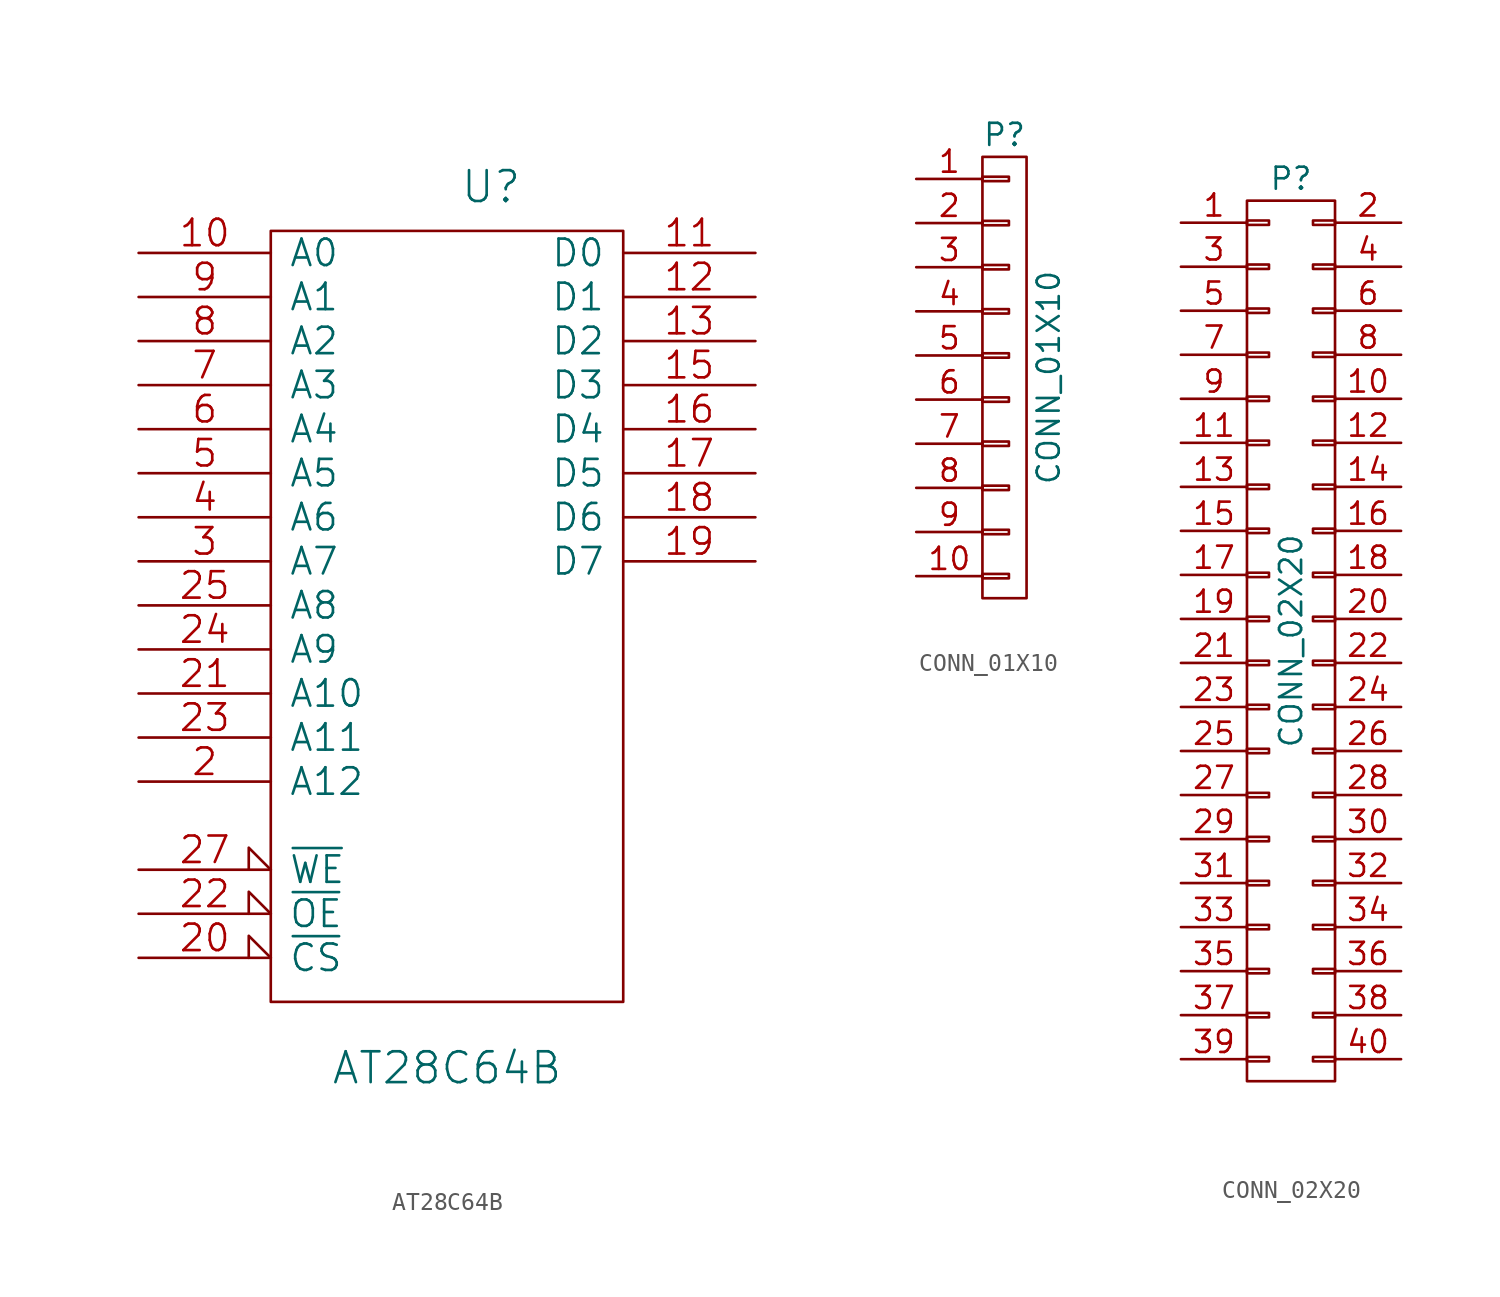
<source format=kicad_sym>
(kicad_symbol_lib
  (version 20241209)
  (generator "kicad_symbol_editor")
  (generator_version "9.0")
  (symbol "AT28C64B"
    (pin_names
      (offset 1.016))
    (property "Reference" "U"
      (at 2.54 26.67 0)
      (effects (font (size 1.778 1.778))))
    (property "Value" "AT28C64B"
      (at 0 -24.13 0)
      (effects (font (size 1.778 1.778))))
    (property "Footprint" ""
      (at 0 0 0)
      (effects (font (size 1.524 1.524))))
    (property "Datasheet" ""
      (at 0 0 0)
      (effects (font (size 1.524 1.524))))
    (symbol "AT28C64B_0_0"
      (pin power_in line (at 0 24.13 270) (length 0) (hide yes) (name "VCC" (effects (font (size 1.524 1.524)))) (number "28" (effects (font (size 1.524 1.524)))))
      (pin power_in line (at 0 -20.32 90) (length 0) (hide yes) (name "GND" (effects (font (size 1.524 1.524)))) (number "14" (effects (font (size 1.524 1.524))))))
    (symbol "AT28C64B_0_1"
      (rectangle (start -10.16 24.13) (end 10.16 -20.32) (stroke (width 0) (type solid)) (fill (type none))))
    (symbol "AT28C64B_1_1"
      (pin input line (at -17.78 22.86 0) (length 7.62) (name "A0" (effects (font (size 1.524 1.524)))) (number "10" (effects (font (size 1.524 1.524)))))
      (pin input line (at -17.78 20.32 0) (length 7.62) (name "A1" (effects (font (size 1.524 1.524)))) (number "9" (effects (font (size 1.524 1.524)))))
      (pin input line (at -17.78 17.78 0) (length 7.62) (name "A2" (effects (font (size 1.524 1.524)))) (number "8" (effects (font (size 1.524 1.524)))))
      (pin input line (at -17.78 15.24 0) (length 7.62) (name "A3" (effects (font (size 1.524 1.524)))) (number "7" (effects (font (size 1.524 1.524)))))
      (pin input line (at -17.78 12.7 0) (length 7.62) (name "A4" (effects (font (size 1.524 1.524)))) (number "6" (effects (font (size 1.524 1.524)))))
      (pin input line (at -17.78 10.16 0) (length 7.62) (name "A5" (effects (font (size 1.524 1.524)))) (number "5" (effects (font (size 1.524 1.524)))))
      (pin input line (at -17.78 7.62 0) (length 7.62) (name "A6" (effects (font (size 1.524 1.524)))) (number "4" (effects (font (size 1.524 1.524)))))
      (pin input line (at -17.78 5.08 0) (length 7.62) (name "A7" (effects (font (size 1.524 1.524)))) (number "3" (effects (font (size 1.524 1.524)))))
      (pin input line (at -17.78 2.54 0) (length 7.62) (name "A8" (effects (font (size 1.524 1.524)))) (number "25" (effects (font (size 1.524 1.524)))))
      (pin input line (at -17.78 0 0) (length 7.62) (name "A9" (effects (font (size 1.524 1.524)))) (number "24" (effects (font (size 1.524 1.524)))))
      (pin input line (at -17.78 -2.54 0) (length 7.62) (name "A10" (effects (font (size 1.524 1.524)))) (number "21" (effects (font (size 1.524 1.524)))))
      (pin input line (at -17.78 -5.08 0) (length 7.62) (name "A11" (effects (font (size 1.524 1.524)))) (number "23" (effects (font (size 1.524 1.524)))))
      (pin input line (at -17.78 -7.62 0) (length 7.62) (name "A12" (effects (font (size 1.524 1.524)))) (number "2" (effects (font (size 1.524 1.524)))))
      (pin input input_low (at -17.78 -12.7 0) (length 7.62) (name "~{WE}" (effects (font (size 1.524 1.524)))) (number "27" (effects (font (size 1.524 1.524)))))
      (pin input input_low (at -17.78 -15.24 0) (length 7.62) (name "~{OE}" (effects (font (size 1.524 1.524)))) (number "22" (effects (font (size 1.524 1.524)))))
      (pin input input_low (at -17.78 -17.78 0) (length 7.62) (name "~{CS}" (effects (font (size 1.524 1.524)))) (number "20" (effects (font (size 1.524 1.524)))))
      (pin tri_state line (at 17.78 22.86 180) (length 7.62) (name "D0" (effects (font (size 1.524 1.524)))) (number "11" (effects (font (size 1.524 1.524)))))
      (pin tri_state line (at 17.78 20.32 180) (length 7.62) (name "D1" (effects (font (size 1.524 1.524)))) (number "12" (effects (font (size 1.524 1.524)))))
      (pin tri_state line (at 17.78 17.78 180) (length 7.62) (name "D2" (effects (font (size 1.524 1.524)))) (number "13" (effects (font (size 1.524 1.524)))))
      (pin tri_state line (at 17.78 15.24 180) (length 7.62) (name "D3" (effects (font (size 1.524 1.524)))) (number "15" (effects (font (size 1.524 1.524)))))
      (pin tri_state line (at 17.78 12.7 180) (length 7.62) (name "D4" (effects (font (size 1.524 1.524)))) (number "16" (effects (font (size 1.524 1.524)))))
      (pin tri_state line (at 17.78 10.16 180) (length 7.62) (name "D5" (effects (font (size 1.524 1.524)))) (number "17" (effects (font (size 1.524 1.524)))))
      (pin tri_state line (at 17.78 7.62 180) (length 7.62) (name "D6" (effects (font (size 1.524 1.524)))) (number "18" (effects (font (size 1.524 1.524)))))
      (pin tri_state line (at 17.78 5.08 180) (length 7.62) (name "D7" (effects (font (size 1.524 1.524)))) (number "19" (effects (font (size 1.524 1.524)))))))
  (symbol "CONN_01X10"
    (pin_names
      (offset 1.016)
      (hide yes))
    (property "Reference" "P"
      (at 0 13.97 0)
      (effects (font (size 1.27 1.27))))
    (property "Value" "CONN_01X10"
      (at 2.54 0 90)
      (effects (font (size 1.27 1.27))))
    (property "Footprint" ""
      (at 0 0 0)
      (effects (font (size 1.27 1.27))))
    (property "Datasheet" ""
      (at 0 0 0)
      (effects (font (size 1.27 1.27))))
    (symbol "CONN_01X10_0_1"
      (rectangle (start -1.27 12.7) (end 1.27 -12.7) (stroke (width 0) (type solid)) (fill (type none)))
      (rectangle (start -1.27 11.557) (end 0.254 11.303) (stroke (width 0) (type solid)) (fill (type none)))
      (rectangle (start -1.27 9.017) (end 0.254 8.763) (stroke (width 0) (type solid)) (fill (type none)))
      (rectangle (start -1.27 6.477) (end 0.254 6.223) (stroke (width 0) (type solid)) (fill (type none)))
      (rectangle (start -1.27 3.937) (end 0.254 3.683) (stroke (width 0) (type solid)) (fill (type none)))
      (rectangle (start -1.27 1.397) (end 0.254 1.143) (stroke (width 0) (type solid)) (fill (type none)))
      (rectangle (start -1.27 -1.143) (end 0.254 -1.397) (stroke (width 0) (type solid)) (fill (type none)))
      (rectangle (start -1.27 -3.683) (end 0.254 -3.937) (stroke (width 0) (type solid)) (fill (type none)))
      (rectangle (start -1.27 -6.223) (end 0.254 -6.477) (stroke (width 0) (type solid)) (fill (type none)))
      (rectangle (start -1.27 -8.763) (end 0.254 -9.017) (stroke (width 0) (type solid)) (fill (type none)))
      (rectangle (start -1.27 -11.303) (end 0.254 -11.557) (stroke (width 0) (type solid)) (fill (type none))))
    (symbol "CONN_01X10_1_1"
      (pin passive line (at -5.08 11.43 0) (length 3.81) (name "P1" (effects (font (size 1.27 1.27)))) (number "1" (effects (font (size 1.27 1.27)))))
      (pin passive line (at -5.08 8.89 0) (length 3.81) (name "P2" (effects (font (size 1.27 1.27)))) (number "2" (effects (font (size 1.27 1.27)))))
      (pin passive line (at -5.08 6.35 0) (length 3.81) (name "P3" (effects (font (size 1.27 1.27)))) (number "3" (effects (font (size 1.27 1.27)))))
      (pin passive line (at -5.08 3.81 0) (length 3.81) (name "P4" (effects (font (size 1.27 1.27)))) (number "4" (effects (font (size 1.27 1.27)))))
      (pin passive line (at -5.08 1.27 0) (length 3.81) (name "P5" (effects (font (size 1.27 1.27)))) (number "5" (effects (font (size 1.27 1.27)))))
      (pin passive line (at -5.08 -1.27 0) (length 3.81) (name "P6" (effects (font (size 1.27 1.27)))) (number "6" (effects (font (size 1.27 1.27)))))
      (pin passive line (at -5.08 -3.81 0) (length 3.81) (name "P7" (effects (font (size 1.27 1.27)))) (number "7" (effects (font (size 1.27 1.27)))))
      (pin passive line (at -5.08 -6.35 0) (length 3.81) (name "P8" (effects (font (size 1.27 1.27)))) (number "8" (effects (font (size 1.27 1.27)))))
      (pin passive line (at -5.08 -8.89 0) (length 3.81) (name "P9" (effects (font (size 1.27 1.27)))) (number "9" (effects (font (size 1.27 1.27)))))
      (pin passive line (at -5.08 -11.43 0) (length 3.81) (name "P10" (effects (font (size 1.27 1.27)))) (number "10" (effects (font (size 1.27 1.27)))))))
  (symbol "CONN_02X20"
    (pin_names
      (offset 0.025)
      (hide yes))
    (property "Reference" "P"
      (at 0 26.67 0)
      (effects (font (size 1.27 1.27))))
    (property "Value" "CONN_02X20"
      (at 0 0 90)
      (effects (font (size 1.27 1.27))))
    (property "Footprint" ""
      (at 0 -24.13 0)
      (effects (font (size 1.27 1.27))))
    (property "Datasheet" ""
      (at 0 -24.13 0)
      (effects (font (size 1.27 1.27))))
    (symbol "CONN_02X20_0_1"
      (rectangle (start -2.54 25.4) (end 2.54 -25.4) (stroke (width 0) (type solid)) (fill (type none)))
      (rectangle (start -2.54 24.257) (end -1.27 24.003) (stroke (width 0) (type solid)) (fill (type none)))
      (rectangle (start -2.54 21.717) (end -1.27 21.463) (stroke (width 0) (type solid)) (fill (type none)))
      (rectangle (start -2.54 19.177) (end -1.27 18.923) (stroke (width 0) (type solid)) (fill (type none)))
      (rectangle (start -2.54 16.637) (end -1.27 16.383) (stroke (width 0) (type solid)) (fill (type none)))
      (rectangle (start -2.54 14.097) (end -1.27 13.843) (stroke (width 0) (type solid)) (fill (type none)))
      (rectangle (start -2.54 11.557) (end -1.27 11.303) (stroke (width 0) (type solid)) (fill (type none)))
      (rectangle (start -2.54 9.017) (end -1.27 8.763) (stroke (width 0) (type solid)) (fill (type none)))
      (rectangle (start -2.54 6.477) (end -1.27 6.223) (stroke (width 0) (type solid)) (fill (type none)))
      (rectangle (start -2.54 3.937) (end -1.27 3.683) (stroke (width 0) (type solid)) (fill (type none)))
      (rectangle (start -2.54 1.397) (end -1.27 1.143) (stroke (width 0) (type solid)) (fill (type none)))
      (rectangle (start -2.54 -1.143) (end -1.27 -1.397) (stroke (width 0) (type solid)) (fill (type none)))
      (rectangle (start -2.54 -3.683) (end -1.27 -3.937) (stroke (width 0) (type solid)) (fill (type none)))
      (rectangle (start -2.54 -6.223) (end -1.27 -6.477) (stroke (width 0) (type solid)) (fill (type none)))
      (rectangle (start -2.54 -8.763) (end -1.27 -9.017) (stroke (width 0) (type solid)) (fill (type none)))
      (rectangle (start -2.54 -11.303) (end -1.27 -11.557) (stroke (width 0) (type solid)) (fill (type none)))
      (rectangle (start -2.54 -13.843) (end -1.27 -14.097) (stroke (width 0) (type solid)) (fill (type none)))
      (rectangle (start -2.54 -16.383) (end -1.27 -16.637) (stroke (width 0) (type solid)) (fill (type none)))
      (rectangle (start -2.54 -18.923) (end -1.27 -19.177) (stroke (width 0) (type solid)) (fill (type none)))
      (rectangle (start -2.54 -21.463) (end -1.27 -21.717) (stroke (width 0) (type solid)) (fill (type none)))
      (rectangle (start -2.54 -24.003) (end -1.27 -24.257) (stroke (width 0) (type solid)) (fill (type none)))
      (rectangle (start 1.27 24.257) (end 2.54 24.003) (stroke (width 0) (type solid)) (fill (type none)))
      (rectangle (start 1.27 21.717) (end 2.54 21.463) (stroke (width 0) (type solid)) (fill (type none)))
      (rectangle (start 1.27 19.177) (end 2.54 18.923) (stroke (width 0) (type solid)) (fill (type none)))
      (rectangle (start 1.27 16.637) (end 2.54 16.383) (stroke (width 0) (type solid)) (fill (type none)))
      (rectangle (start 1.27 14.097) (end 2.54 13.843) (stroke (width 0) (type solid)) (fill (type none)))
      (rectangle (start 1.27 11.557) (end 2.54 11.303) (stroke (width 0) (type solid)) (fill (type none)))
      (rectangle (start 1.27 9.017) (end 2.54 8.763) (stroke (width 0) (type solid)) (fill (type none)))
      (rectangle (start 1.27 6.477) (end 2.54 6.223) (stroke (width 0) (type solid)) (fill (type none)))
      (rectangle (start 1.27 3.937) (end 2.54 3.683) (stroke (width 0) (type solid)) (fill (type none)))
      (rectangle (start 1.27 1.397) (end 2.54 1.143) (stroke (width 0) (type solid)) (fill (type none)))
      (rectangle (start 1.27 -1.143) (end 2.54 -1.397) (stroke (width 0) (type solid)) (fill (type none)))
      (rectangle (start 1.27 -3.683) (end 2.54 -3.937) (stroke (width 0) (type solid)) (fill (type none)))
      (rectangle (start 1.27 -6.223) (end 2.54 -6.477) (stroke (width 0) (type solid)) (fill (type none)))
      (rectangle (start 1.27 -8.763) (end 2.54 -9.017) (stroke (width 0) (type solid)) (fill (type none)))
      (rectangle (start 1.27 -11.303) (end 2.54 -11.557) (stroke (width 0) (type solid)) (fill (type none)))
      (rectangle (start 1.27 -13.843) (end 2.54 -14.097) (stroke (width 0) (type solid)) (fill (type none)))
      (rectangle (start 1.27 -16.383) (end 2.54 -16.637) (stroke (width 0) (type solid)) (fill (type none)))
      (rectangle (start 1.27 -18.923) (end 2.54 -19.177) (stroke (width 0) (type solid)) (fill (type none)))
      (rectangle (start 1.27 -21.463) (end 2.54 -21.717) (stroke (width 0) (type solid)) (fill (type none)))
      (rectangle (start 1.27 -24.003) (end 2.54 -24.257) (stroke (width 0) (type solid)) (fill (type none))))
    (symbol "CONN_02X20_1_1"
      (pin passive line (at -6.35 24.13 0) (length 3.81) (name "P1" (effects (font (size 1.27 1.27)))) (number "1" (effects (font (size 1.27 1.27)))))
      (pin passive line (at -6.35 21.59 0) (length 3.81) (name "P3" (effects (font (size 1.27 1.27)))) (number "3" (effects (font (size 1.27 1.27)))))
      (pin passive line (at -6.35 19.05 0) (length 3.81) (name "P5" (effects (font (size 1.27 1.27)))) (number "5" (effects (font (size 1.27 1.27)))))
      (pin passive line (at -6.35 16.51 0) (length 3.81) (name "P7" (effects (font (size 1.27 1.27)))) (number "7" (effects (font (size 1.27 1.27)))))
      (pin passive line (at -6.35 13.97 0) (length 3.81) (name "P9" (effects (font (size 1.27 1.27)))) (number "9" (effects (font (size 1.27 1.27)))))
      (pin passive line (at -6.35 11.43 0) (length 3.81) (name "P11" (effects (font (size 1.27 1.27)))) (number "11" (effects (font (size 1.27 1.27)))))
      (pin passive line (at -6.35 8.89 0) (length 3.81) (name "P13" (effects (font (size 1.27 1.27)))) (number "13" (effects (font (size 1.27 1.27)))))
      (pin passive line (at -6.35 6.35 0) (length 3.81) (name "P15" (effects (font (size 1.27 1.27)))) (number "15" (effects (font (size 1.27 1.27)))))
      (pin passive line (at -6.35 3.81 0) (length 3.81) (name "P17" (effects (font (size 1.27 1.27)))) (number "17" (effects (font (size 1.27 1.27)))))
      (pin passive line (at -6.35 1.27 0) (length 3.81) (name "P19" (effects (font (size 1.27 1.27)))) (number "19" (effects (font (size 1.27 1.27)))))
      (pin passive line (at -6.35 -1.27 0) (length 3.81) (name "P21" (effects (font (size 1.27 1.27)))) (number "21" (effects (font (size 1.27 1.27)))))
      (pin passive line (at -6.35 -3.81 0) (length 3.81) (name "P23" (effects (font (size 1.27 1.27)))) (number "23" (effects (font (size 1.27 1.27)))))
      (pin passive line (at -6.35 -6.35 0) (length 3.81) (name "P25" (effects (font (size 1.27 1.27)))) (number "25" (effects (font (size 1.27 1.27)))))
      (pin passive line (at -6.35 -8.89 0) (length 3.81) (name "P27" (effects (font (size 1.27 1.27)))) (number "27" (effects (font (size 1.27 1.27)))))
      (pin passive line (at -6.35 -11.43 0) (length 3.81) (name "P29" (effects (font (size 1.27 1.27)))) (number "29" (effects (font (size 1.27 1.27)))))
      (pin passive line (at -6.35 -13.97 0) (length 3.81) (name "P31" (effects (font (size 1.27 1.27)))) (number "31" (effects (font (size 1.27 1.27)))))
      (pin passive line (at -6.35 -16.51 0) (length 3.81) (name "P33" (effects (font (size 1.27 1.27)))) (number "33" (effects (font (size 1.27 1.27)))))
      (pin passive line (at -6.35 -19.05 0) (length 3.81) (name "P35" (effects (font (size 1.27 1.27)))) (number "35" (effects (font (size 1.27 1.27)))))
      (pin passive line (at -6.35 -21.59 0) (length 3.81) (name "P37" (effects (font (size 1.27 1.27)))) (number "37" (effects (font (size 1.27 1.27)))))
      (pin passive line (at -6.35 -24.13 0) (length 3.81) (name "P39" (effects (font (size 1.27 1.27)))) (number "39" (effects (font (size 1.27 1.27)))))
      (pin passive line (at 6.35 24.13 180) (length 3.81) (name "P2" (effects (font (size 1.27 1.27)))) (number "2" (effects (font (size 1.27 1.27)))))
      (pin passive line (at 6.35 21.59 180) (length 3.81) (name "P4" (effects (font (size 1.27 1.27)))) (number "4" (effects (font (size 1.27 1.27)))))
      (pin passive line (at 6.35 19.05 180) (length 3.81) (name "P6" (effects (font (size 1.27 1.27)))) (number "6" (effects (font (size 1.27 1.27)))))
      (pin passive line (at 6.35 16.51 180) (length 3.81) (name "P8" (effects (font (size 1.27 1.27)))) (number "8" (effects (font (size 1.27 1.27)))))
      (pin passive line (at 6.35 13.97 180) (length 3.81) (name "P10" (effects (font (size 1.27 1.27)))) (number "10" (effects (font (size 1.27 1.27)))))
      (pin passive line (at 6.35 11.43 180) (length 3.81) (name "P12" (effects (font (size 1.27 1.27)))) (number "12" (effects (font (size 1.27 1.27)))))
      (pin passive line (at 6.35 8.89 180) (length 3.81) (name "P14" (effects (font (size 1.27 1.27)))) (number "14" (effects (font (size 1.27 1.27)))))
      (pin passive line (at 6.35 6.35 180) (length 3.81) (name "P16" (effects (font (size 1.27 1.27)))) (number "16" (effects (font (size 1.27 1.27)))))
      (pin passive line (at 6.35 3.81 180) (length 3.81) (name "P18" (effects (font (size 1.27 1.27)))) (number "18" (effects (font (size 1.27 1.27)))))
      (pin passive line (at 6.35 1.27 180) (length 3.81) (name "P20" (effects (font (size 1.27 1.27)))) (number "20" (effects (font (size 1.27 1.27)))))
      (pin passive line (at 6.35 -1.27 180) (length 3.81) (name "P22" (effects (font (size 1.27 1.27)))) (number "22" (effects (font (size 1.27 1.27)))))
      (pin passive line (at 6.35 -3.81 180) (length 3.81) (name "P24" (effects (font (size 1.27 1.27)))) (number "24" (effects (font (size 1.27 1.27)))))
      (pin passive line (at 6.35 -6.35 180) (length 3.81) (name "P26" (effects (font (size 1.27 1.27)))) (number "26" (effects (font (size 1.27 1.27)))))
      (pin passive line (at 6.35 -8.89 180) (length 3.81) (name "P28" (effects (font (size 1.27 1.27)))) (number "28" (effects (font (size 1.27 1.27)))))
      (pin passive line (at 6.35 -11.43 180) (length 3.81) (name "P30" (effects (font (size 1.27 1.27)))) (number "30" (effects (font (size 1.27 1.27)))))
      (pin passive line (at 6.35 -13.97 180) (length 3.81) (name "P32" (effects (font (size 1.27 1.27)))) (number "32" (effects (font (size 1.27 1.27)))))
      (pin passive line (at 6.35 -16.51 180) (length 3.81) (name "P34" (effects (font (size 1.27 1.27)))) (number "34" (effects (font (size 1.27 1.27)))))
      (pin passive line (at 6.35 -19.05 180) (length 3.81) (name "P36" (effects (font (size 1.27 1.27)))) (number "36" (effects (font (size 1.27 1.27)))))
      (pin passive line (at 6.35 -21.59 180) (length 3.81) (name "P38" (effects (font (size 1.27 1.27)))) (number "38" (effects (font (size 1.27 1.27)))))
      (pin passive line (at 6.35 -24.13 180) (length 3.81) (name "P40" (effects (font (size 1.27 1.27)))) (number "40" (effects (font (size 1.27 1.27))))))))
</source>
